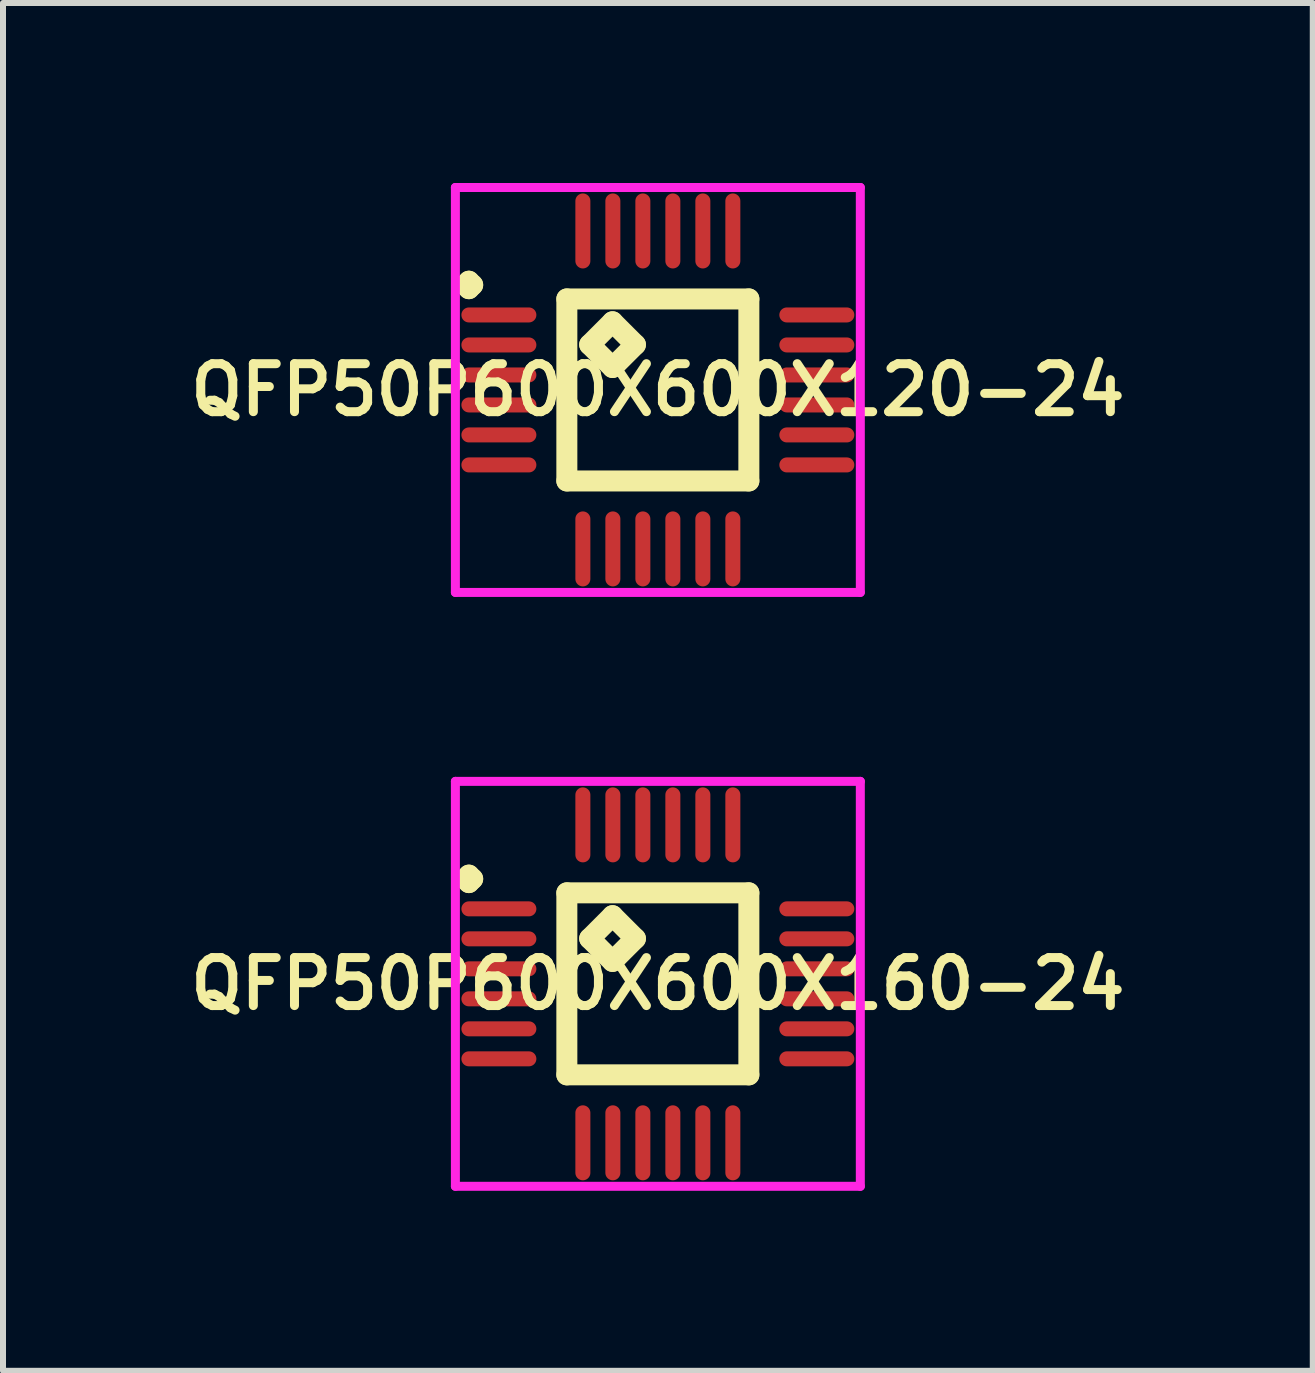
<source format=kicad_pcb>
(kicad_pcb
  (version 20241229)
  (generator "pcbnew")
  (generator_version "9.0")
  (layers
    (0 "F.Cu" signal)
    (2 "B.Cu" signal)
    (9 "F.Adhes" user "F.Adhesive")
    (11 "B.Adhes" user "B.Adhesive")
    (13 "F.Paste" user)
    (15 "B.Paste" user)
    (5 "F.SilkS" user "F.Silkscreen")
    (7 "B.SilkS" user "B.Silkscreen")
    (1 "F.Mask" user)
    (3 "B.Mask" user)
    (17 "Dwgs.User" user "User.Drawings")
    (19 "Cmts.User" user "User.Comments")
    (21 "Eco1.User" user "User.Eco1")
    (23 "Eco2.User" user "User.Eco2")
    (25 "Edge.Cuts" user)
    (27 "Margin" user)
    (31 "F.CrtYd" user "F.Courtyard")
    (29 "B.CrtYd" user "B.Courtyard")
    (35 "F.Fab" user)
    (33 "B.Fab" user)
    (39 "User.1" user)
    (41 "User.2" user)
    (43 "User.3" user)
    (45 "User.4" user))
  (footprint "QFP50P600X600X160-24"
    (layer "F.Cu")
    (at 7.916 13.35)
    (property "Reference" "QFP50P600X600X160-24" (at 0 0 0) (layer "F.SilkS") (effects (font (size 0.8 0.8) (thickness 0.15))))
    (attr through_hole)
    (fp_line (start -3.212 -1.75) (end -3.15 -1.812) (stroke (width 0.35) (type solid)) (layer "F.SilkS"))
    (fp_line (start -3.15 -1.812) (end -3.087 -1.75) (stroke (width 0.35) (type solid)) (layer "F.SilkS"))
    (fp_line (start -3.15 -1.688) (end -3.212 -1.75) (stroke (width 0.35) (type solid)) (layer "F.SilkS"))
    (fp_line (start -3.087 -1.75) (end -3.15 -1.688) (stroke (width 0.35) (type solid)) (layer "F.SilkS"))
    (fp_line (start -1.517 -1.517) (end -1.517 1.517) (stroke (width 0.35) (type solid)) (layer "F.SilkS"))
    (fp_line (start -1.517 1.517) (end 1.517 1.517) (stroke (width 0.35) (type solid)) (layer "F.SilkS"))
    (fp_line (start -1.136 -0.755) (end -0.755 -1.136) (stroke (width 0.35) (type solid)) (layer "F.SilkS"))
    (fp_line (start -0.755 -1.136) (end -0.374 -0.755) (stroke (width 0.35) (type solid)) (layer "F.SilkS"))
    (fp_line (start -0.755 -0.374) (end -1.136 -0.755) (stroke (width 0.35) (type solid)) (layer "F.SilkS"))
    (fp_line (start -0.374 -0.755) (end -0.755 -0.374) (stroke (width 0.35) (type solid)) (layer "F.SilkS"))
    (fp_line (start 1.517 -1.517) (end -1.517 -1.517) (stroke (width 0.35) (type solid)) (layer "F.SilkS"))
    (fp_line (start 1.517 1.517) (end 1.517 -1.517) (stroke (width 0.35) (type solid)) (layer "F.SilkS"))
    (fp_line (start -3.375 -3.375) (end 3.375 -3.375) (stroke (width 0.15) (type solid)) (layer "F.CrtYd"))
    (fp_line (start -3.375 3.375) (end -3.375 -3.375) (stroke (width 0.15) (type solid)) (layer "F.CrtYd"))
    (fp_line (start 3.375 -3.375) (end 3.375 3.375) (stroke (width 0.15) (type solid)) (layer "F.CrtYd"))
    (fp_line (start 3.375 3.375) (end -3.375 3.375) (stroke (width 0.15) (type solid)) (layer "F.CrtYd"))
    (pad "1" smd oval (at -2.65 -1.25) (size 1.25 0.25) (layers "F.Cu" "F.Mask" "F.Paste"))
    (pad "2" smd oval (at -2.65 -0.75) (size 1.25 0.25) (layers "F.Cu" "F.Mask" "F.Paste"))
    (pad "3" smd oval (at -2.65 -0.25) (size 1.25 0.25) (layers "F.Cu" "F.Mask" "F.Paste"))
    (pad "4" smd oval (at -2.65 0.25) (size 1.25 0.25) (layers "F.Cu" "F.Mask" "F.Paste"))
    (pad "5" smd oval (at -2.65 0.75) (size 1.25 0.25) (layers "F.Cu" "F.Mask" "F.Paste"))
    (pad "6" smd oval (at -2.65 1.25) (size 1.25 0.25) (layers "F.Cu" "F.Mask" "F.Paste"))
    (pad "7" smd oval (at -1.25 2.65) (size 0.25 1.25) (layers "F.Cu" "F.Mask" "F.Paste"))
    (pad "8" smd oval (at -0.75 2.65) (size 0.25 1.25) (layers "F.Cu" "F.Mask" "F.Paste"))
    (pad "9" smd oval (at -0.25 2.65) (size 0.25 1.25) (layers "F.Cu" "F.Mask" "F.Paste"))
    (pad "10" smd oval (at 0.25 2.65) (size 0.25 1.25) (layers "F.Cu" "F.Mask" "F.Paste"))
    (pad "11" smd oval (at 0.75 2.65) (size 0.25 1.25) (layers "F.Cu" "F.Mask" "F.Paste"))
    (pad "12" smd oval (at 1.25 2.65) (size 0.25 1.25) (layers "F.Cu" "F.Mask" "F.Paste"))
    (pad "13" smd oval (at 2.65 1.25) (size 1.25 0.25) (layers "F.Cu" "F.Mask" "F.Paste"))
    (pad "14" smd oval (at 2.65 0.75) (size 1.25 0.25) (layers "F.Cu" "F.Mask" "F.Paste"))
    (pad "15" smd oval (at 2.65 0.25) (size 1.25 0.25) (layers "F.Cu" "F.Mask" "F.Paste"))
    (pad "16" smd oval (at 2.65 -0.25) (size 1.25 0.25) (layers "F.Cu" "F.Mask" "F.Paste"))
    (pad "17" smd oval (at 2.65 -0.75) (size 1.25 0.25) (layers "F.Cu" "F.Mask" "F.Paste"))
    (pad "18" smd oval (at 2.65 -1.25) (size 1.25 0.25) (layers "F.Cu" "F.Mask" "F.Paste"))
    (pad "19" smd oval (at 1.25 -2.65) (size 0.25 1.25) (layers "F.Cu" "F.Mask" "F.Paste"))
    (pad "20" smd oval (at 0.75 -2.65) (size 0.25 1.25) (layers "F.Cu" "F.Mask" "F.Paste"))
    (pad "21" smd oval (at 0.25 -2.65) (size 0.25 1.25) (layers "F.Cu" "F.Mask" "F.Paste"))
    (pad "22" smd oval (at -0.25 -2.65) (size 0.25 1.25) (layers "F.Cu" "F.Mask" "F.Paste"))
    (pad "23" smd oval (at -0.75 -2.65) (size 0.25 1.25) (layers "F.Cu" "F.Mask" "F.Paste"))
    (pad "24" smd oval (at -1.25 -2.65) (size 0.25 1.25) (layers "F.Cu" "F.Mask" "F.Paste")))
  (footprint "QFP50P600X600X120-24"
    (layer "F.Cu")
    (at 7.916 3.45)
    (property "Reference" "QFP50P600X600X120-24" (at 0 0 0) (layer "F.SilkS") (effects (font (size 0.8 0.8) (thickness 0.15))))
    (attr smd)
    (fp_line (start -3.212 -1.75) (end -3.15 -1.812) (stroke (width 0.35) (type solid)) (layer "F.SilkS"))
    (fp_line (start -3.15 -1.812) (end -3.087 -1.75) (stroke (width 0.35) (type solid)) (layer "F.SilkS"))
    (fp_line (start -3.15 -1.688) (end -3.212 -1.75) (stroke (width 0.35) (type solid)) (layer "F.SilkS"))
    (fp_line (start -3.087 -1.75) (end -3.15 -1.688) (stroke (width 0.35) (type solid)) (layer "F.SilkS"))
    (fp_line (start -1.517 -1.517) (end -1.517 1.517) (stroke (width 0.35) (type solid)) (layer "F.SilkS"))
    (fp_line (start -1.517 1.517) (end 1.517 1.517) (stroke (width 0.35) (type solid)) (layer "F.SilkS"))
    (fp_line (start -1.136 -0.755) (end -0.755 -1.136) (stroke (width 0.35) (type solid)) (layer "F.SilkS"))
    (fp_line (start -0.755 -1.136) (end -0.374 -0.755) (stroke (width 0.35) (type solid)) (layer "F.SilkS"))
    (fp_line (start -0.755 -0.374) (end -1.136 -0.755) (stroke (width 0.35) (type solid)) (layer "F.SilkS"))
    (fp_line (start -0.374 -0.755) (end -0.755 -0.374) (stroke (width 0.35) (type solid)) (layer "F.SilkS"))
    (fp_line (start 1.517 -1.517) (end -1.517 -1.517) (stroke (width 0.35) (type solid)) (layer "F.SilkS"))
    (fp_line (start 1.517 1.517) (end 1.517 -1.517) (stroke (width 0.35) (type solid)) (layer "F.SilkS"))
    (fp_line (start -3.375 -3.375) (end 3.375 -3.375) (stroke (width 0.15) (type solid)) (layer "F.CrtYd"))
    (fp_line (start -3.375 3.375) (end -3.375 -3.375) (stroke (width 0.15) (type solid)) (layer "F.CrtYd"))
    (fp_line (start 3.375 -3.375) (end 3.375 3.375) (stroke (width 0.15) (type solid)) (layer "F.CrtYd"))
    (fp_line (start 3.375 3.375) (end -3.375 3.375) (stroke (width 0.15) (type solid)) (layer "F.CrtYd"))
    (pad "1" smd oval (at -2.65 -1.25) (size 1.25 0.25) (layers "F.Cu" "F.Mask" "F.Paste"))
    (pad "2" smd oval (at -2.65 -0.75) (size 1.25 0.25) (layers "F.Cu" "F.Mask" "F.Paste"))
    (pad "3" smd oval (at -2.65 -0.25) (size 1.25 0.25) (layers "F.Cu" "F.Mask" "F.Paste"))
    (pad "4" smd oval (at -2.65 0.25) (size 1.25 0.25) (layers "F.Cu" "F.Mask" "F.Paste"))
    (pad "5" smd oval (at -2.65 0.75) (size 1.25 0.25) (layers "F.Cu" "F.Mask" "F.Paste"))
    (pad "6" smd oval (at -2.65 1.25) (size 1.25 0.25) (layers "F.Cu" "F.Mask" "F.Paste"))
    (pad "7" smd oval (at -1.25 2.65) (size 0.25 1.25) (layers "F.Cu" "F.Mask" "F.Paste"))
    (pad "8" smd oval (at -0.75 2.65) (size 0.25 1.25) (layers "F.Cu" "F.Mask" "F.Paste"))
    (pad "9" smd oval (at -0.25 2.65) (size 0.25 1.25) (layers "F.Cu" "F.Mask" "F.Paste"))
    (pad "10" smd oval (at 0.25 2.65) (size 0.25 1.25) (layers "F.Cu" "F.Mask" "F.Paste"))
    (pad "11" smd oval (at 0.75 2.65) (size 0.25 1.25) (layers "F.Cu" "F.Mask" "F.Paste"))
    (pad "12" smd oval (at 1.25 2.65) (size 0.25 1.25) (layers "F.Cu" "F.Mask" "F.Paste"))
    (pad "13" smd oval (at 2.65 1.25) (size 1.25 0.25) (layers "F.Cu" "F.Mask" "F.Paste"))
    (pad "14" smd oval (at 2.65 0.75) (size 1.25 0.25) (layers "F.Cu" "F.Mask" "F.Paste"))
    (pad "15" smd oval (at 2.65 0.25) (size 1.25 0.25) (layers "F.Cu" "F.Mask" "F.Paste"))
    (pad "16" smd oval (at 2.65 -0.25) (size 1.25 0.25) (layers "F.Cu" "F.Mask" "F.Paste"))
    (pad "17" smd oval (at 2.65 -0.75) (size 1.25 0.25) (layers "F.Cu" "F.Mask" "F.Paste"))
    (pad "18" smd oval (at 2.65 -1.25) (size 1.25 0.25) (layers "F.Cu" "F.Mask" "F.Paste"))
    (pad "19" smd oval (at 1.25 -2.65) (size 0.25 1.25) (layers "F.Cu" "F.Mask" "F.Paste"))
    (pad "20" smd oval (at 0.75 -2.65) (size 0.25 1.25) (layers "F.Cu" "F.Mask" "F.Paste"))
    (pad "21" smd oval (at 0.25 -2.65) (size 0.25 1.25) (layers "F.Cu" "F.Mask" "F.Paste"))
    (pad "22" smd oval (at -0.25 -2.65) (size 0.25 1.25) (layers "F.Cu" "F.Mask" "F.Paste"))
    (pad "23" smd oval (at -0.75 -2.65) (size 0.25 1.25) (layers "F.Cu" "F.Mask" "F.Paste"))
    (pad "24" smd oval (at -1.25 -2.65) (size 0.25 1.25) (layers "F.Cu" "F.Mask" "F.Paste")))
  (gr_rect
    (start -3 -3)
    (end 18.833 19.8)
    (stroke (width 0.1) (type default))
    (fill no)
    (layer "Edge.Cuts")))
</source>
